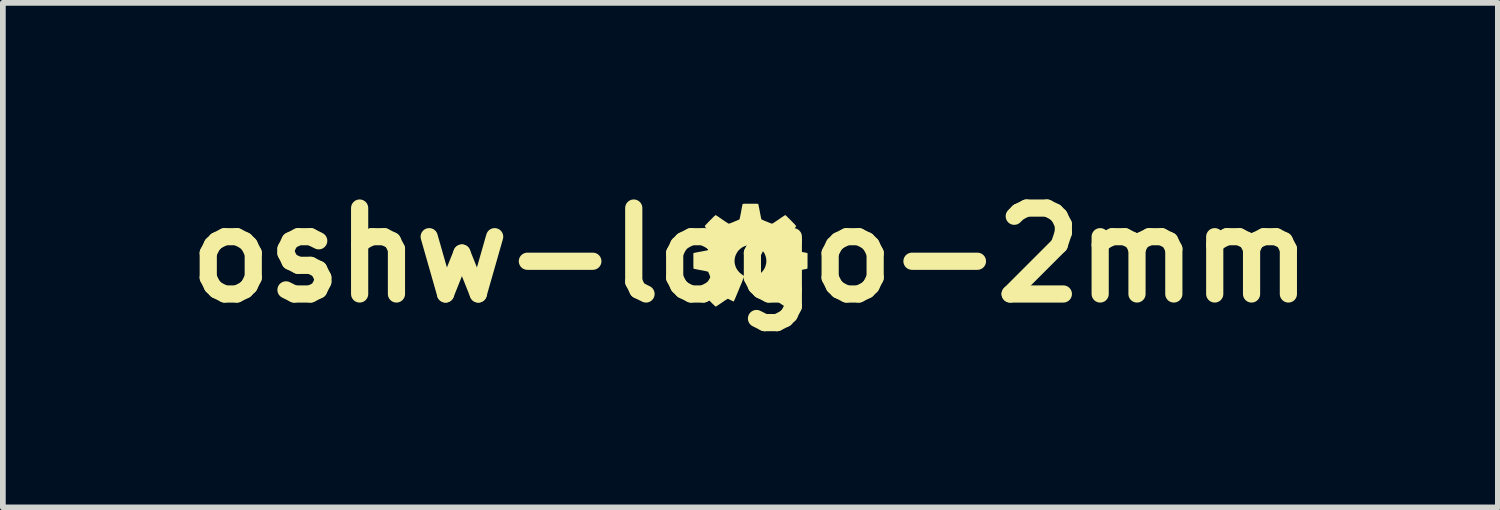
<source format=kicad_pcb>
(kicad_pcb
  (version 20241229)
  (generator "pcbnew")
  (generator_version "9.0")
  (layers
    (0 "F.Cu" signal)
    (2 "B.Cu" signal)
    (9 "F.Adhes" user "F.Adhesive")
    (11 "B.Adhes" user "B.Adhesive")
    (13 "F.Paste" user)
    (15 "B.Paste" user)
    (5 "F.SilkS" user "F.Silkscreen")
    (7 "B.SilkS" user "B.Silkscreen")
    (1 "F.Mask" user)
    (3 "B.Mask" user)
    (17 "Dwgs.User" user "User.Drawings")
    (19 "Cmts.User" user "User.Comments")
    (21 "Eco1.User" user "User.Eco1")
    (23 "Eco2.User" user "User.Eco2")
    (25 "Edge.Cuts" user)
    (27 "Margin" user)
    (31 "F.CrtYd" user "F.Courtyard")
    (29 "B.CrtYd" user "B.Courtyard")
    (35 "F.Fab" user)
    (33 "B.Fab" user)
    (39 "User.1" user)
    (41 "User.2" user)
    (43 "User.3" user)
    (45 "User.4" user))
  (footprint "oshw-logo-2mm"
    (layer "F.Cu")
    (at 10.05 1.404)
    (property "Reference" "oshw-logo-2mm" (at 0 0 0) (layer "F.SilkS") (effects (font (size 1.5 1.5) (thickness 0.3))))
    (attr board_only exclude_from_pos_files exclude_from_bom)
    (fp_poly (pts (xy 0.035 -0.897) (xy 0.062 -0.897) (xy 0.084 -0.897) (xy 0.101 -0.897) (xy 0.114 -0.896) (xy 0.124 -0.896) (xy 0.13 -0.895) (xy 0.134 -0.894) (xy 0.136 -0.893) (xy 0.138 -0.891) (xy 0.138 -0.891) (xy 0.14 -0.886) (xy 0.142 -0.875) (xy 0.145 -0.86) (xy 0.149 -0.84) (xy 0.154 -0.816) (xy 0.159 -0.79) (xy 0.165 -0.761) (xy 0.165 -0.757) (xy 0.171 -0.728) (xy 0.176 -0.701) (xy 0.181 -0.678) (xy 0.185 -0.657) (xy 0.189 -0.641) (xy 0.192 -0.63) (xy 0.193 -0.625) (xy 0.194 -0.625) (xy 0.198 -0.622) (xy 0.208 -0.617) (xy 0.222 -0.611) (xy 0.239 -0.603) (xy 0.259 -0.595) (xy 0.28 -0.587) (xy 0.301 -0.578) (xy 0.321 -0.57) (xy 0.34 -0.562) (xy 0.356 -0.556) (xy 0.369 -0.552) (xy 0.376 -0.549) (xy 0.378 -0.549) (xy 0.383 -0.551) (xy 0.392 -0.555) (xy 0.405 -0.563) (xy 0.423 -0.575) (xy 0.446 -0.59) (xy 0.474 -0.609) (xy 0.491 -0.62) (xy 0.519 -0.64) (xy 0.542 -0.656) (xy 0.561 -0.668) (xy 0.576 -0.678) (xy 0.587 -0.686) (xy 0.595 -0.691) (xy 0.601 -0.695) (xy 0.606 -0.697) (xy 0.608 -0.697) (xy 0.611 -0.697) (xy 0.612 -0.697) (xy 0.613 -0.697) (xy 0.617 -0.694) (xy 0.626 -0.687) (xy 0.637 -0.676) (xy 0.651 -0.662) (xy 0.667 -0.646) (xy 0.685 -0.629) (xy 0.703 -0.611) (xy 0.721 -0.592) (xy 0.739 -0.574) (xy 0.756 -0.556) (xy 0.771 -0.541) (xy 0.783 -0.527) (xy 0.792 -0.517) (xy 0.798 -0.51) (xy 0.799 -0.507) (xy 0.797 -0.503) (xy 0.792 -0.494) (xy 0.784 -0.48) (xy 0.773 -0.463) (xy 0.76 -0.444) (xy 0.745 -0.421) (xy 0.729 -0.398) (xy 0.727 -0.395) (xy 0.705 -0.363) (xy 0.687 -0.336) (xy 0.673 -0.314) (xy 0.663 -0.297) (xy 0.657 -0.286) (xy 0.654 -0.28) (xy 0.654 -0.28) (xy 0.656 -0.274) (xy 0.659 -0.263) (xy 0.665 -0.248) (xy 0.672 -0.23) (xy 0.681 -0.21) (xy 0.69 -0.189) (xy 0.699 -0.167) (xy 0.708 -0.146) (xy 0.717 -0.128) (xy 0.725 -0.111) (xy 0.731 -0.099) (xy 0.735 -0.091) (xy 0.737 -0.089) (xy 0.742 -0.087) (xy 0.753 -0.085) (xy 0.768 -0.081) (xy 0.788 -0.077) (xy 0.812 -0.072) (xy 0.838 -0.067) (xy 0.864 -0.062) (xy 0.891 -0.057) (xy 0.917 -0.052) (xy 0.941 -0.048) (xy 0.96 -0.044) (xy 0.976 -0.041) (xy 0.986 -0.038) (xy 0.991 -0.037) (xy 0.998 -0.034) (xy 0.998 0.101) (xy 0.998 0.135) (xy 0.998 0.162) (xy 0.998 0.184) (xy 0.998 0.202) (xy 0.997 0.215) (xy 0.997 0.224) (xy 0.996 0.23) (xy 0.995 0.234) (xy 0.994 0.237) (xy 0.993 0.238) (xy 0.992 0.238) (xy 0.988 0.239) (xy 0.977 0.241) (xy 0.962 0.245) (xy 0.942 0.248) (xy 0.919 0.253) (xy 0.893 0.258) (xy 0.865 0.263) (xy 0.832 0.27) (xy 0.804 0.275) (xy 0.782 0.28) (xy 0.765 0.283) (xy 0.753 0.286) (xy 0.745 0.289) (xy 0.741 0.291) (xy 0.74 0.292) (xy 0.738 0.296) (xy 0.733 0.306) (xy 0.727 0.321) (xy 0.719 0.339) (xy 0.711 0.36) (xy 0.701 0.384) (xy 0.698 0.392) (xy 0.686 0.423) (xy 0.676 0.448) (xy 0.669 0.468) (xy 0.664 0.483) (xy 0.662 0.492) (xy 0.662 0.495) (xy 0.664 0.5) (xy 0.67 0.51) (xy 0.678 0.523) (xy 0.689 0.541) (xy 0.703 0.561) (xy 0.717 0.583) (xy 0.731 0.603) (xy 0.747 0.626) (xy 0.762 0.648) (xy 0.774 0.667) (xy 0.785 0.683) (xy 0.793 0.696) (xy 0.798 0.704) (xy 0.799 0.708) (xy 0.797 0.711) (xy 0.79 0.719) (xy 0.78 0.73) (xy 0.766 0.745) (xy 0.75 0.762) (xy 0.731 0.781) (xy 0.711 0.802) (xy 0.705 0.807) (xy 0.681 0.831) (xy 0.661 0.851) (xy 0.645 0.867) (xy 0.632 0.879) (xy 0.622 0.888) (xy 0.615 0.894) (xy 0.61 0.897) (xy 0.606 0.898) (xy 0.605 0.898) (xy 0.601 0.896) (xy 0.592 0.89) (xy 0.579 0.881) (xy 0.562 0.87) (xy 0.542 0.857) (xy 0.52 0.842) (xy 0.501 0.829) (xy 0.478 0.813) (xy 0.457 0.799) (xy 0.438 0.787) (xy 0.421 0.776) (xy 0.409 0.768) (xy 0.4 0.764) (xy 0.397 0.762) (xy 0.392 0.764) (xy 0.382 0.768) (xy 0.369 0.774) (xy 0.353 0.782) (xy 0.346 0.786) (xy 0.33 0.794) (xy 0.316 0.801) (xy 0.304 0.806) (xy 0.297 0.809) (xy 0.296 0.809) (xy 0.294 0.807) (xy 0.291 0.803) (xy 0.287 0.795) (xy 0.281 0.784) (xy 0.275 0.768) (xy 0.266 0.749) (xy 0.256 0.725) (xy 0.243 0.695) (xy 0.229 0.661) (xy 0.212 0.621) (xy 0.2 0.592) (xy 0.185 0.556) (xy 0.171 0.522) (xy 0.158 0.49) (xy 0.146 0.46) (xy 0.136 0.434) (xy 0.127 0.412) (xy 0.12 0.394) (xy 0.115 0.38) (xy 0.112 0.373) (xy 0.111 0.371) (xy 0.114 0.364) (xy 0.122 0.357) (xy 0.126 0.355) (xy 0.135 0.348) (xy 0.148 0.34) (xy 0.161 0.33) (xy 0.164 0.328) (xy 0.197 0.3) (xy 0.225 0.268) (xy 0.247 0.233) (xy 0.263 0.195) (xy 0.274 0.155) (xy 0.279 0.115) (xy 0.278 0.073) (xy 0.27 0.031) (xy 0.258 -0.004) (xy 0.248 -0.027) (xy 0.235 -0.048) (xy 0.22 -0.068) (xy 0.2 -0.09) (xy 0.196 -0.094) (xy 0.166 -0.121) (xy 0.135 -0.142) (xy 0.101 -0.158) (xy 0.076 -0.166) (xy 0.052 -0.171) (xy 0.024 -0.174) (xy -0.006 -0.174) (xy -0.035 -0.172) (xy -0.062 -0.169) (xy -0.073 -0.166) (xy -0.112 -0.151) (xy -0.149 -0.131) (xy -0.182 -0.105) (xy -0.211 -0.076) (xy -0.235 -0.042) (xy -0.254 -0.005) (xy -0.268 0.034) (xy -0.27 0.045) (xy -0.276 0.088) (xy -0.275 0.13) (xy -0.267 0.171) (xy -0.254 0.21) (xy -0.235 0.247) (xy -0.21 0.281) (xy -0.181 0.312) (xy -0.161 0.328) (xy -0.148 0.337) (xy -0.135 0.346) (xy -0.124 0.354) (xy -0.122 0.355) (xy -0.113 0.362) (xy -0.108 0.369) (xy -0.108 0.371) (xy -0.109 0.375) (xy -0.113 0.385) (xy -0.119 0.4) (xy -0.126 0.419) (xy -0.136 0.443) (xy -0.147 0.471) (xy -0.159 0.501) (xy -0.173 0.534) (xy -0.188 0.569) (xy -0.197 0.592) (xy -0.215 0.636) (xy -0.231 0.675) (xy -0.245 0.707) (xy -0.256 0.734) (xy -0.266 0.757) (xy -0.274 0.775) (xy -0.28 0.788) (xy -0.285 0.798) (xy -0.289 0.805) (xy -0.291 0.808) (xy -0.292 0.809) (xy -0.297 0.808) (xy -0.307 0.804) (xy -0.32 0.797) (xy -0.336 0.79) (xy -0.343 0.786) (xy -0.359 0.778) (xy -0.373 0.771) (xy -0.385 0.765) (xy -0.392 0.763) (xy -0.394 0.762) (xy -0.398 0.764) (xy -0.407 0.769) (xy -0.42 0.778) (xy -0.437 0.788) (xy -0.457 0.801) (xy -0.478 0.816) (xy -0.498 0.829) (xy -0.521 0.845) (xy -0.542 0.859) (xy -0.561 0.872) (xy -0.578 0.883) (xy -0.59 0.891) (xy -0.599 0.897) (xy -0.602 0.898) (xy -0.604 0.898) (xy -0.608 0.896) (xy -0.614 0.892) (xy -0.622 0.885) (xy -0.633 0.875) (xy -0.647 0.861) (xy -0.665 0.844) (xy -0.687 0.822) (xy -0.702 0.807) (xy -0.723 0.786) (xy -0.742 0.767) (xy -0.759 0.749) (xy -0.773 0.734) (xy -0.785 0.722) (xy -0.792 0.713) (xy -0.796 0.708) (xy -0.796 0.708) (xy -0.794 0.704) (xy -0.789 0.695) (xy -0.781 0.682) (xy -0.77 0.665) (xy -0.757 0.645) (xy -0.742 0.624) (xy -0.728 0.603) (xy -0.712 0.58) (xy -0.697 0.558) (xy -0.684 0.538) (xy -0.674 0.521) (xy -0.665 0.508) (xy -0.66 0.499) (xy -0.658 0.495) (xy -0.659 0.489) (xy -0.662 0.478) (xy -0.667 0.462) (xy -0.675 0.441) (xy -0.686 0.413) (xy -0.695 0.392) (xy -0.704 0.368) (xy -0.713 0.346) (xy -0.721 0.326) (xy -0.728 0.31) (xy -0.733 0.299) (xy -0.736 0.293) (xy -0.737 0.292) (xy -0.739 0.29) (xy -0.746 0.288) (xy -0.756 0.285) (xy -0.77 0.281) (xy -0.79 0.277) (xy -0.815 0.272) (xy -0.846 0.266) (xy -0.862 0.263) (xy -0.89 0.258) (xy -0.916 0.253) (xy -0.939 0.248) (xy -0.959 0.244) (xy -0.974 0.241) (xy -0.985 0.239) (xy -0.989 0.238) (xy -0.991 0.237) (xy -0.992 0.235) (xy -0.993 0.231) (xy -0.993 0.225) (xy -0.994 0.216) (xy -0.994 0.203) (xy -0.995 0.187) (xy -0.995 0.165) (xy -0.995 0.138) (xy -0.995 0.105) (xy -0.995 0.101) (xy -0.995 -0.034) (xy -0.987 -0.037) (xy -0.982 -0.038) (xy -0.972 -0.041) (xy -0.956 -0.044) (xy -0.936 -0.048) (xy -0.912 -0.053) (xy -0.886 -0.058) (xy -0.86 -0.062) (xy -0.832 -0.068) (xy -0.806 -0.073) (xy -0.783 -0.077) (xy -0.764 -0.081) (xy -0.748 -0.085) (xy -0.738 -0.088) (xy -0.734 -0.089) (xy -0.731 -0.093) (xy -0.725 -0.103) (xy -0.719 -0.117) (xy -0.711 -0.134) (xy -0.702 -0.154) (xy -0.692 -0.175) (xy -0.683 -0.196) (xy -0.674 -0.217) (xy -0.666 -0.237) (xy -0.659 -0.254) (xy -0.654 -0.268) (xy -0.652 -0.277) (xy -0.651 -0.28) (xy -0.653 -0.286) (xy -0.659 -0.297) (xy -0.669 -0.313) (xy -0.683 -0.334) (xy -0.7 -0.361) (xy -0.722 -0.392) (xy -0.723 -0.395) (xy -0.74 -0.418) (xy -0.755 -0.441) (xy -0.768 -0.461) (xy -0.779 -0.478) (xy -0.788 -0.492) (xy -0.794 -0.502) (xy -0.796 -0.507) (xy -0.796 -0.507) (xy -0.794 -0.511) (xy -0.787 -0.519) (xy -0.777 -0.53) (xy -0.764 -0.544) (xy -0.749 -0.56) (xy -0.732 -0.578) (xy -0.714 -0.596) (xy -0.696 -0.615) (xy -0.677 -0.633) (xy -0.66 -0.65) (xy -0.645 -0.666) (xy -0.631 -0.679) (xy -0.62 -0.688) (xy -0.613 -0.695) (xy -0.61 -0.697) (xy -0.608 -0.697) (xy -0.606 -0.697) (xy -0.603 -0.697) (xy -0.599 -0.695) (xy -0.594 -0.692) (xy -0.586 -0.688) (xy -0.576 -0.681) (xy -0.562 -0.672) (xy -0.545 -0.66) (xy -0.523 -0.645) (xy -0.496 -0.626) (xy -0.487 -0.62) (xy -0.456 -0.599) (xy -0.431 -0.582) (xy -0.41 -0.569) (xy -0.394 -0.559) (xy -0.383 -0.552) (xy -0.376 -0.549) (xy -0.375 -0.549) (xy -0.369 -0.55) (xy -0.359 -0.554) (xy -0.344 -0.56) (xy -0.326 -0.566) (xy -0.306 -0.574) (xy -0.285 -0.583) (xy -0.264 -0.592) (xy -0.244 -0.6) (xy -0.225 -0.608) (xy -0.21 -0.615) (xy -0.198 -0.62) (xy -0.191 -0.624) (xy -0.19 -0.625) (xy -0.189 -0.629) (xy -0.186 -0.639) (xy -0.183 -0.654) (xy -0.178 -0.674) (xy -0.174 -0.697) (xy -0.168 -0.723) (xy -0.163 -0.751) (xy -0.162 -0.756) (xy -0.157 -0.785) (xy -0.152 -0.812) (xy -0.147 -0.836) (xy -0.143 -0.857) (xy -0.139 -0.873) (xy -0.137 -0.885) (xy -0.135 -0.89) (xy -0.135 -0.891) (xy -0.134 -0.892) (xy -0.132 -0.894) (xy -0.129 -0.895) (xy -0.124 -0.895) (xy -0.116 -0.896) (xy -0.105 -0.897) (xy -0.09 -0.897) (xy -0.071 -0.897) (xy -0.046 -0.897) (xy -0.016 -0.897) (xy 0.002 -0.897)) (stroke (width 0) (type solid)) (fill yes) (layer "F.SilkS")))
  (gr_rect
    (start -3 -3)
    (end 23.1 5.808)
    (stroke (width 0.1) (type default))
    (fill no)
    (layer "Edge.Cuts")))
</source>
